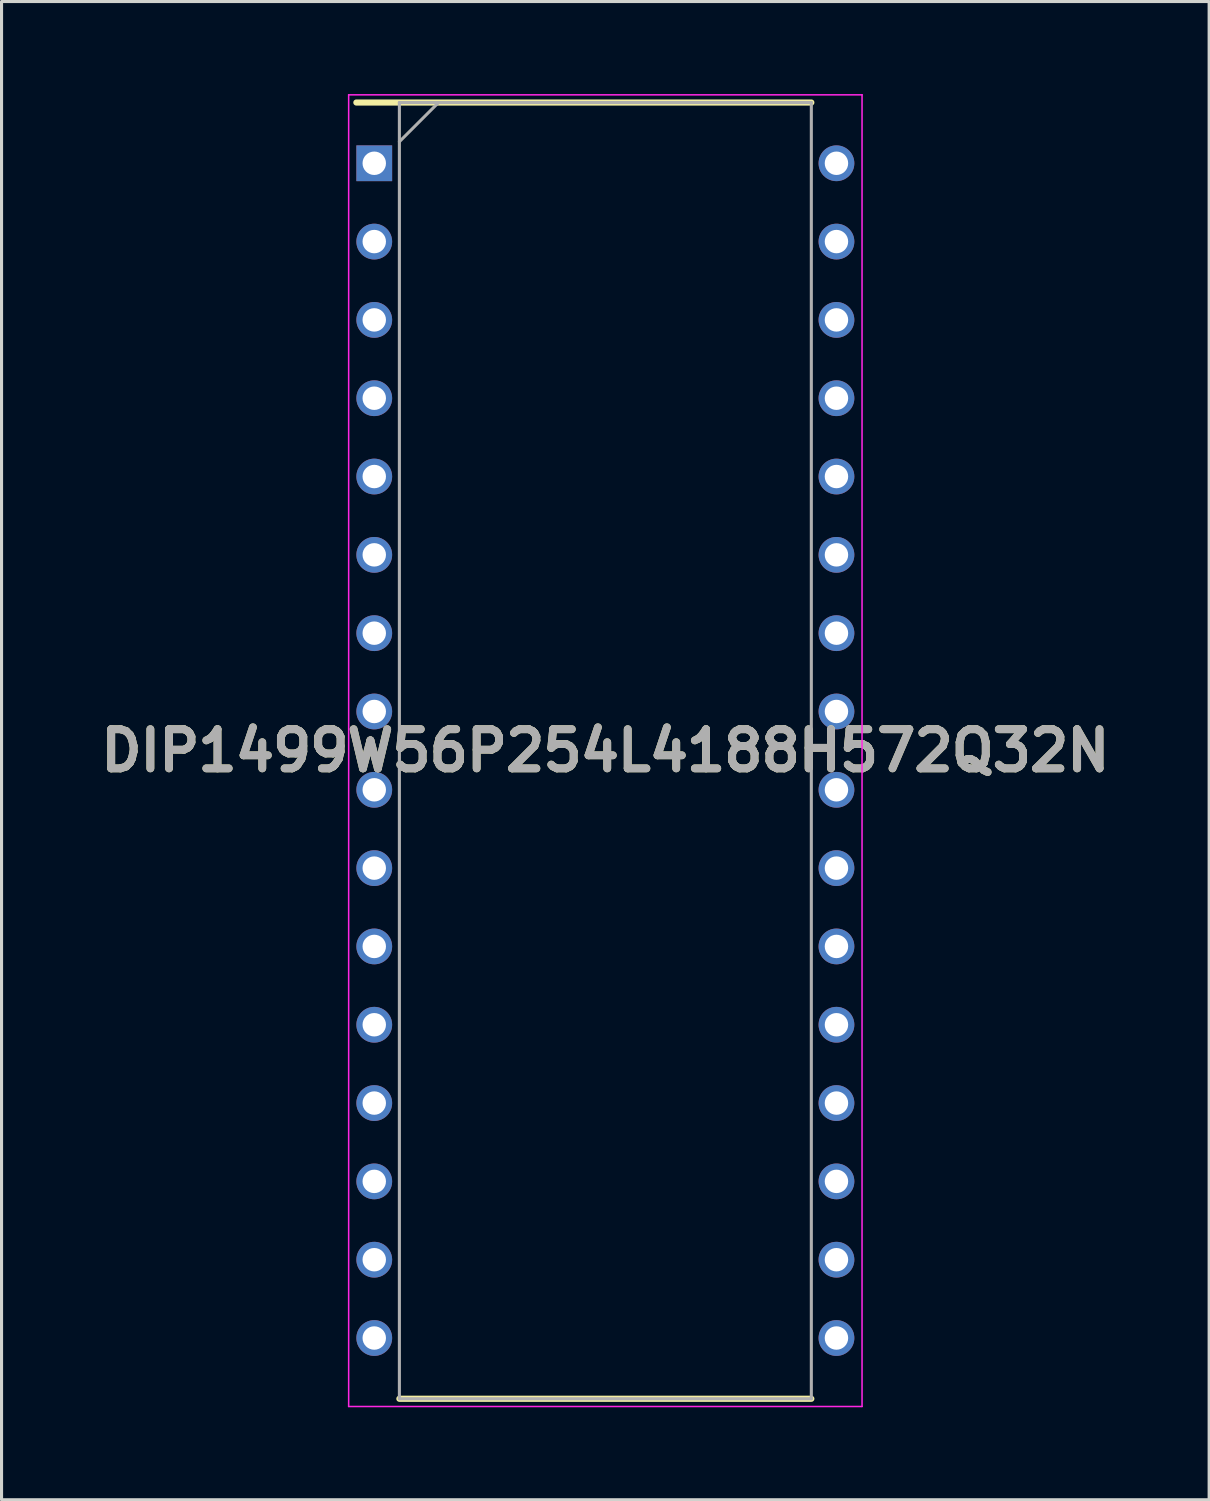
<source format=kicad_pcb>
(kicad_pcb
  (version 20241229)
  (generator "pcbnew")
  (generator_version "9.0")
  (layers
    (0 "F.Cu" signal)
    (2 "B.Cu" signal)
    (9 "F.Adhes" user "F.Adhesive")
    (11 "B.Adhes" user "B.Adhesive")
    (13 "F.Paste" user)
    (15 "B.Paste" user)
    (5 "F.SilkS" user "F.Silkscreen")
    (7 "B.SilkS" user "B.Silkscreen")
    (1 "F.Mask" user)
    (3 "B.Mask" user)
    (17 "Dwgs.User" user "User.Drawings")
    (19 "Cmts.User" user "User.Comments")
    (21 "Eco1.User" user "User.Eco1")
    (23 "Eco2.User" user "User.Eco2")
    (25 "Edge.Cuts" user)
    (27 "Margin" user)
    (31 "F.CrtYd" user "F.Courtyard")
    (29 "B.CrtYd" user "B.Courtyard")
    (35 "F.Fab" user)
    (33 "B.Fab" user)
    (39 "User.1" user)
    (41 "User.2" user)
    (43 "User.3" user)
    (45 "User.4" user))
  (footprint "DIP1499W56P254L4188H572Q32N"
    (layer "F.Cu")
    (at 16.583 21.295)
    (property "Reference" "DIP1499W56P254L4188H572Q32N" (at 0 0 0) (layer "F.SilkS") (effects (font (size 1.27 1.27) (thickness 0.254))))
    (attr through_hole)
    (fp_line (start -8.075 -21.02) (end 6.68 -21.02) (stroke (width 0.2) (type solid)) (layer "F.SilkS"))
    (fp_line (start -6.68 21.02) (end 6.68 21.02) (stroke (width 0.2) (type solid)) (layer "F.SilkS"))
    (fp_line (start -8.325 -21.27) (end 8.325 -21.27) (stroke (width 0.05) (type solid)) (layer "F.CrtYd"))
    (fp_line (start -8.325 21.27) (end -8.325 -21.27) (stroke (width 0.05) (type solid)) (layer "F.CrtYd"))
    (fp_line (start 8.325 -21.27) (end 8.325 21.27) (stroke (width 0.05) (type solid)) (layer "F.CrtYd"))
    (fp_line (start 8.325 21.27) (end -8.325 21.27) (stroke (width 0.05) (type solid)) (layer "F.CrtYd"))
    (fp_line (start -6.68 -21.02) (end 6.68 -21.02) (stroke (width 0.1) (type solid)) (layer "F.Fab"))
    (fp_line (start -6.68 -19.75) (end -5.41 -21.02) (stroke (width 0.1) (type solid)) (layer "F.Fab"))
    (fp_line (start -6.68 21.02) (end -6.68 -21.02) (stroke (width 0.1) (type solid)) (layer "F.Fab"))
    (fp_line (start 6.68 -21.02) (end 6.68 21.02) (stroke (width 0.1) (type solid)) (layer "F.Fab"))
    (fp_line (start 6.68 21.02) (end -6.68 21.02) (stroke (width 0.1) (type solid)) (layer "F.Fab"))
    (fp_text user "${REFERENCE}" (at 0 0 0) (layer "F.Fab") (effects (font (size 1.27 1.27) (thickness 0.254))))
    (pad "1" thru_hole rect (at -7.495 -19.05) (size 1.16 1.16) (drill 0.76) (layers "*.Cu" "*.Mask"))
    (pad "2" thru_hole circle (at -7.495 -16.51) (size 1.16 1.16) (drill 0.76) (layers "*.Cu" "*.Mask"))
    (pad "3" thru_hole circle (at -7.495 -13.97) (size 1.16 1.16) (drill 0.76) (layers "*.Cu" "*.Mask"))
    (pad "4" thru_hole circle (at -7.495 -11.43) (size 1.16 1.16) (drill 0.76) (layers "*.Cu" "*.Mask"))
    (pad "5" thru_hole circle (at -7.495 -8.89) (size 1.16 1.16) (drill 0.76) (layers "*.Cu" "*.Mask"))
    (pad "6" thru_hole circle (at -7.495 -6.35) (size 1.16 1.16) (drill 0.76) (layers "*.Cu" "*.Mask"))
    (pad "7" thru_hole circle (at -7.495 -3.81) (size 1.16 1.16) (drill 0.76) (layers "*.Cu" "*.Mask"))
    (pad "8" thru_hole circle (at -7.495 -1.27) (size 1.16 1.16) (drill 0.76) (layers "*.Cu" "*.Mask"))
    (pad "9" thru_hole circle (at -7.495 1.27) (size 1.16 1.16) (drill 0.76) (layers "*.Cu" "*.Mask"))
    (pad "10" thru_hole circle (at -7.495 3.81) (size 1.16 1.16) (drill 0.76) (layers "*.Cu" "*.Mask"))
    (pad "11" thru_hole circle (at -7.495 6.35) (size 1.16 1.16) (drill 0.76) (layers "*.Cu" "*.Mask"))
    (pad "12" thru_hole circle (at -7.495 8.89) (size 1.16 1.16) (drill 0.76) (layers "*.Cu" "*.Mask"))
    (pad "13" thru_hole circle (at -7.495 11.43) (size 1.16 1.16) (drill 0.76) (layers "*.Cu" "*.Mask"))
    (pad "14" thru_hole circle (at -7.495 13.97) (size 1.16 1.16) (drill 0.76) (layers "*.Cu" "*.Mask"))
    (pad "15" thru_hole circle (at -7.495 16.51) (size 1.16 1.16) (drill 0.76) (layers "*.Cu" "*.Mask"))
    (pad "16" thru_hole circle (at -7.495 19.05) (size 1.16 1.16) (drill 0.76) (layers "*.Cu" "*.Mask"))
    (pad "17" thru_hole circle (at 7.495 19.05) (size 1.16 1.16) (drill 0.76) (layers "*.Cu" "*.Mask"))
    (pad "18" thru_hole circle (at 7.495 16.51) (size 1.16 1.16) (drill 0.76) (layers "*.Cu" "*.Mask"))
    (pad "19" thru_hole circle (at 7.495 13.97) (size 1.16 1.16) (drill 0.76) (layers "*.Cu" "*.Mask"))
    (pad "20" thru_hole circle (at 7.495 11.43) (size 1.16 1.16) (drill 0.76) (layers "*.Cu" "*.Mask"))
    (pad "21" thru_hole circle (at 7.495 8.89) (size 1.16 1.16) (drill 0.76) (layers "*.Cu" "*.Mask"))
    (pad "22" thru_hole circle (at 7.495 6.35) (size 1.16 1.16) (drill 0.76) (layers "*.Cu" "*.Mask"))
    (pad "23" thru_hole circle (at 7.495 3.81) (size 1.16 1.16) (drill 0.76) (layers "*.Cu" "*.Mask"))
    (pad "24" thru_hole circle (at 7.495 1.27) (size 1.16 1.16) (drill 0.76) (layers "*.Cu" "*.Mask"))
    (pad "25" thru_hole circle (at 7.495 -1.27) (size 1.16 1.16) (drill 0.76) (layers "*.Cu" "*.Mask"))
    (pad "26" thru_hole circle (at 7.495 -3.81) (size 1.16 1.16) (drill 0.76) (layers "*.Cu" "*.Mask"))
    (pad "27" thru_hole circle (at 7.495 -6.35) (size 1.16 1.16) (drill 0.76) (layers "*.Cu" "*.Mask"))
    (pad "28" thru_hole circle (at 7.495 -8.89) (size 1.16 1.16) (drill 0.76) (layers "*.Cu" "*.Mask"))
    (pad "29" thru_hole circle (at 7.495 -11.43) (size 1.16 1.16) (drill 0.76) (layers "*.Cu" "*.Mask"))
    (pad "30" thru_hole circle (at 7.495 -13.97) (size 1.16 1.16) (drill 0.76) (layers "*.Cu" "*.Mask"))
    (pad "31" thru_hole circle (at 7.495 -16.51) (size 1.16 1.16) (drill 0.76) (layers "*.Cu" "*.Mask"))
    (pad "32" thru_hole circle (at 7.495 -19.05) (size 1.16 1.16) (drill 0.76) (layers "*.Cu" "*.Mask")))
  (gr_rect
    (start -3 -3)
    (end 36.165 45.59)
    (stroke (width 0.1) (type default))
    (fill no)
    (layer "Edge.Cuts")))
</source>
